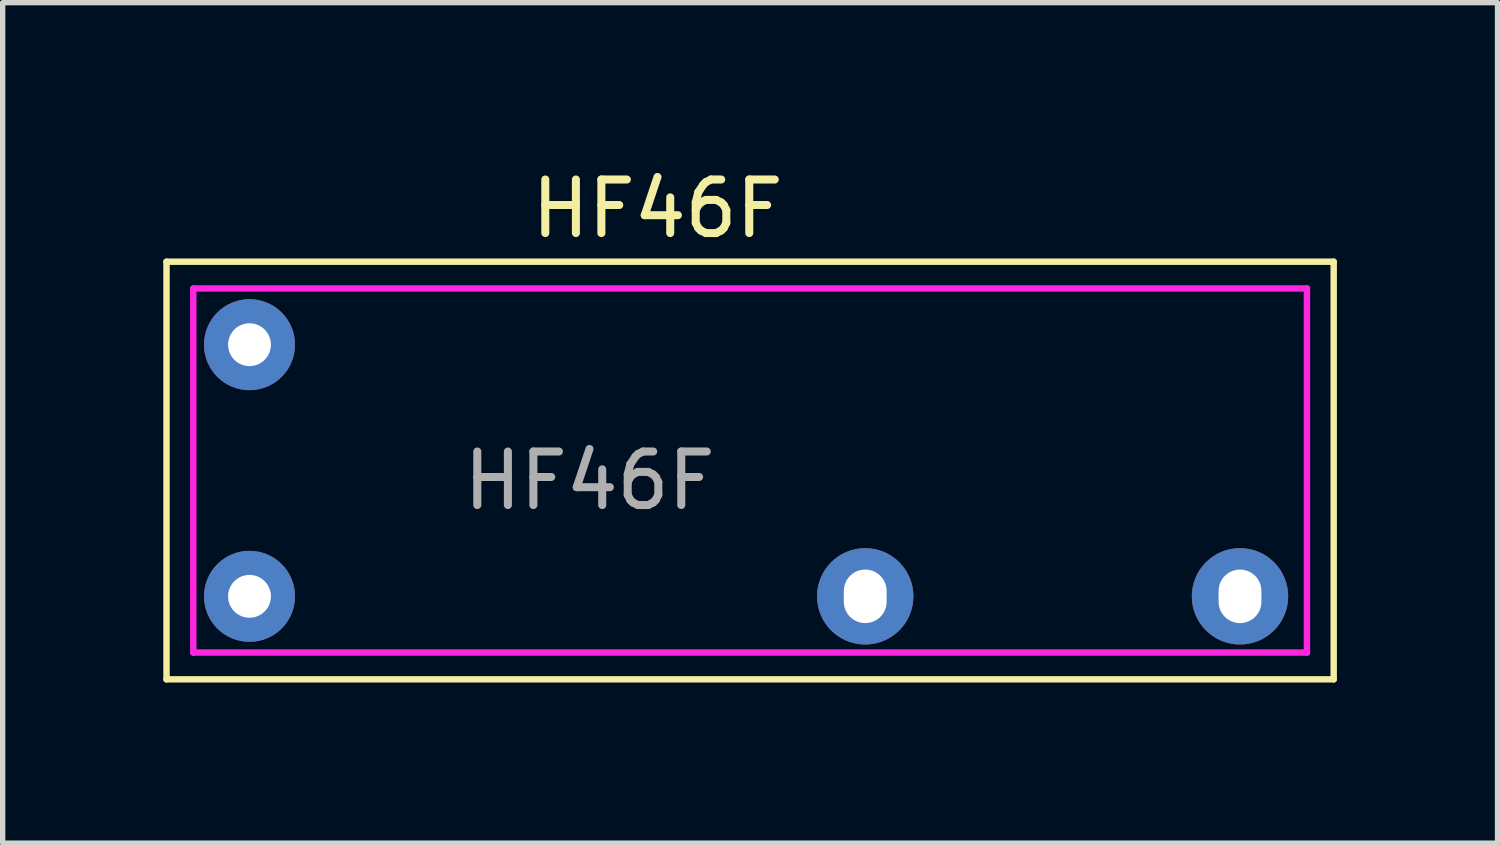
<source format=kicad_pcb>
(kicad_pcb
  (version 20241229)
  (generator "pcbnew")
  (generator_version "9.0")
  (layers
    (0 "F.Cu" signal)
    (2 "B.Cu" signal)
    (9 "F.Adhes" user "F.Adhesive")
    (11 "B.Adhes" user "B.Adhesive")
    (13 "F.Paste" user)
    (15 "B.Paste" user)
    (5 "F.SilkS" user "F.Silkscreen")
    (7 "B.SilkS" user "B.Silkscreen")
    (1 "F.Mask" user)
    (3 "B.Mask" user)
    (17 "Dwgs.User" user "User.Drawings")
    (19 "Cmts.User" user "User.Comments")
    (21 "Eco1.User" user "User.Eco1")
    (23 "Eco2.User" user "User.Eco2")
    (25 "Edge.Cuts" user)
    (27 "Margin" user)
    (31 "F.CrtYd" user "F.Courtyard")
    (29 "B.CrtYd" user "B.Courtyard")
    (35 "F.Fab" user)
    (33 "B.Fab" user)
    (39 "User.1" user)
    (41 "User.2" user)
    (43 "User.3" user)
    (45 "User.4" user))
  (footprint "HF46F"
    (layer "F.Cu")
    (at 1.61 3.388)
    (property "Reference" "HF46F" (at 7.62 -2.54 0) (unlocked yes) (layer "F.SilkS") (effects (font (size 1 1) (thickness 0.15))))
    (attr through_hole)
    (fp_line (start -1.55 -1.55) (end -1.55 6.25) (stroke (width 0.12) (type solid)) (layer "F.SilkS"))
    (fp_line (start -1.55 -1.55) (end 20.25 -1.55) (stroke (width 0.12) (type solid)) (layer "F.SilkS"))
    (fp_line (start -1.55 6.25) (end 20.25 6.25) (stroke (width 0.12) (type solid)) (layer "F.SilkS"))
    (fp_line (start 20.25 -1.55) (end 20.25 6.25) (stroke (width 0.12) (type solid)) (layer "F.SilkS"))
    (fp_line (start -1.05 -1.05) (end -1.05 5.75) (stroke (width 0.12) (type solid)) (layer "F.CrtYd"))
    (fp_line (start -1.05 -1.05) (end 19.75 -1.05) (stroke (width 0.12) (type solid)) (layer "F.CrtYd"))
    (fp_line (start -1.05 5.75) (end 19.75 5.75) (stroke (width 0.12) (type solid)) (layer "F.CrtYd"))
    (fp_line (start 19.75 -1.05) (end 19.75 5.75) (stroke (width 0.12) (type solid)) (layer "F.CrtYd"))
    (fp_text user "${REFERENCE}" (at 6.35 2.54 0) (unlocked yes) (layer "F.Fab") (effects (font (size 1 1) (thickness 0.15))))
    (pad "1" thru_hole circle (at 0 0) (size 1.7 1.7) (drill 0.8) (layers "*.Cu" "*.Mask"))
    (pad "2" thru_hole circle (at 0 4.7) (size 1.7 1.7) (drill 0.8) (layers "*.Cu" "*.Mask"))
    (pad "3" thru_hole circle (at 11.5 4.7) (size 1.8 1.8) (drill oval 0.8 1) (layers "*.Cu" "*.Mask"))
    (pad "4" thru_hole circle (at 18.5 4.7) (size 1.8 1.8) (drill oval 0.8 1) (layers "*.Cu" "*.Mask")))
  (gr_rect
    (start -3 -3)
    (end 24.92 12.698)
    (stroke (width 0.1) (type default))
    (fill no)
    (layer "Edge.Cuts")))
</source>
